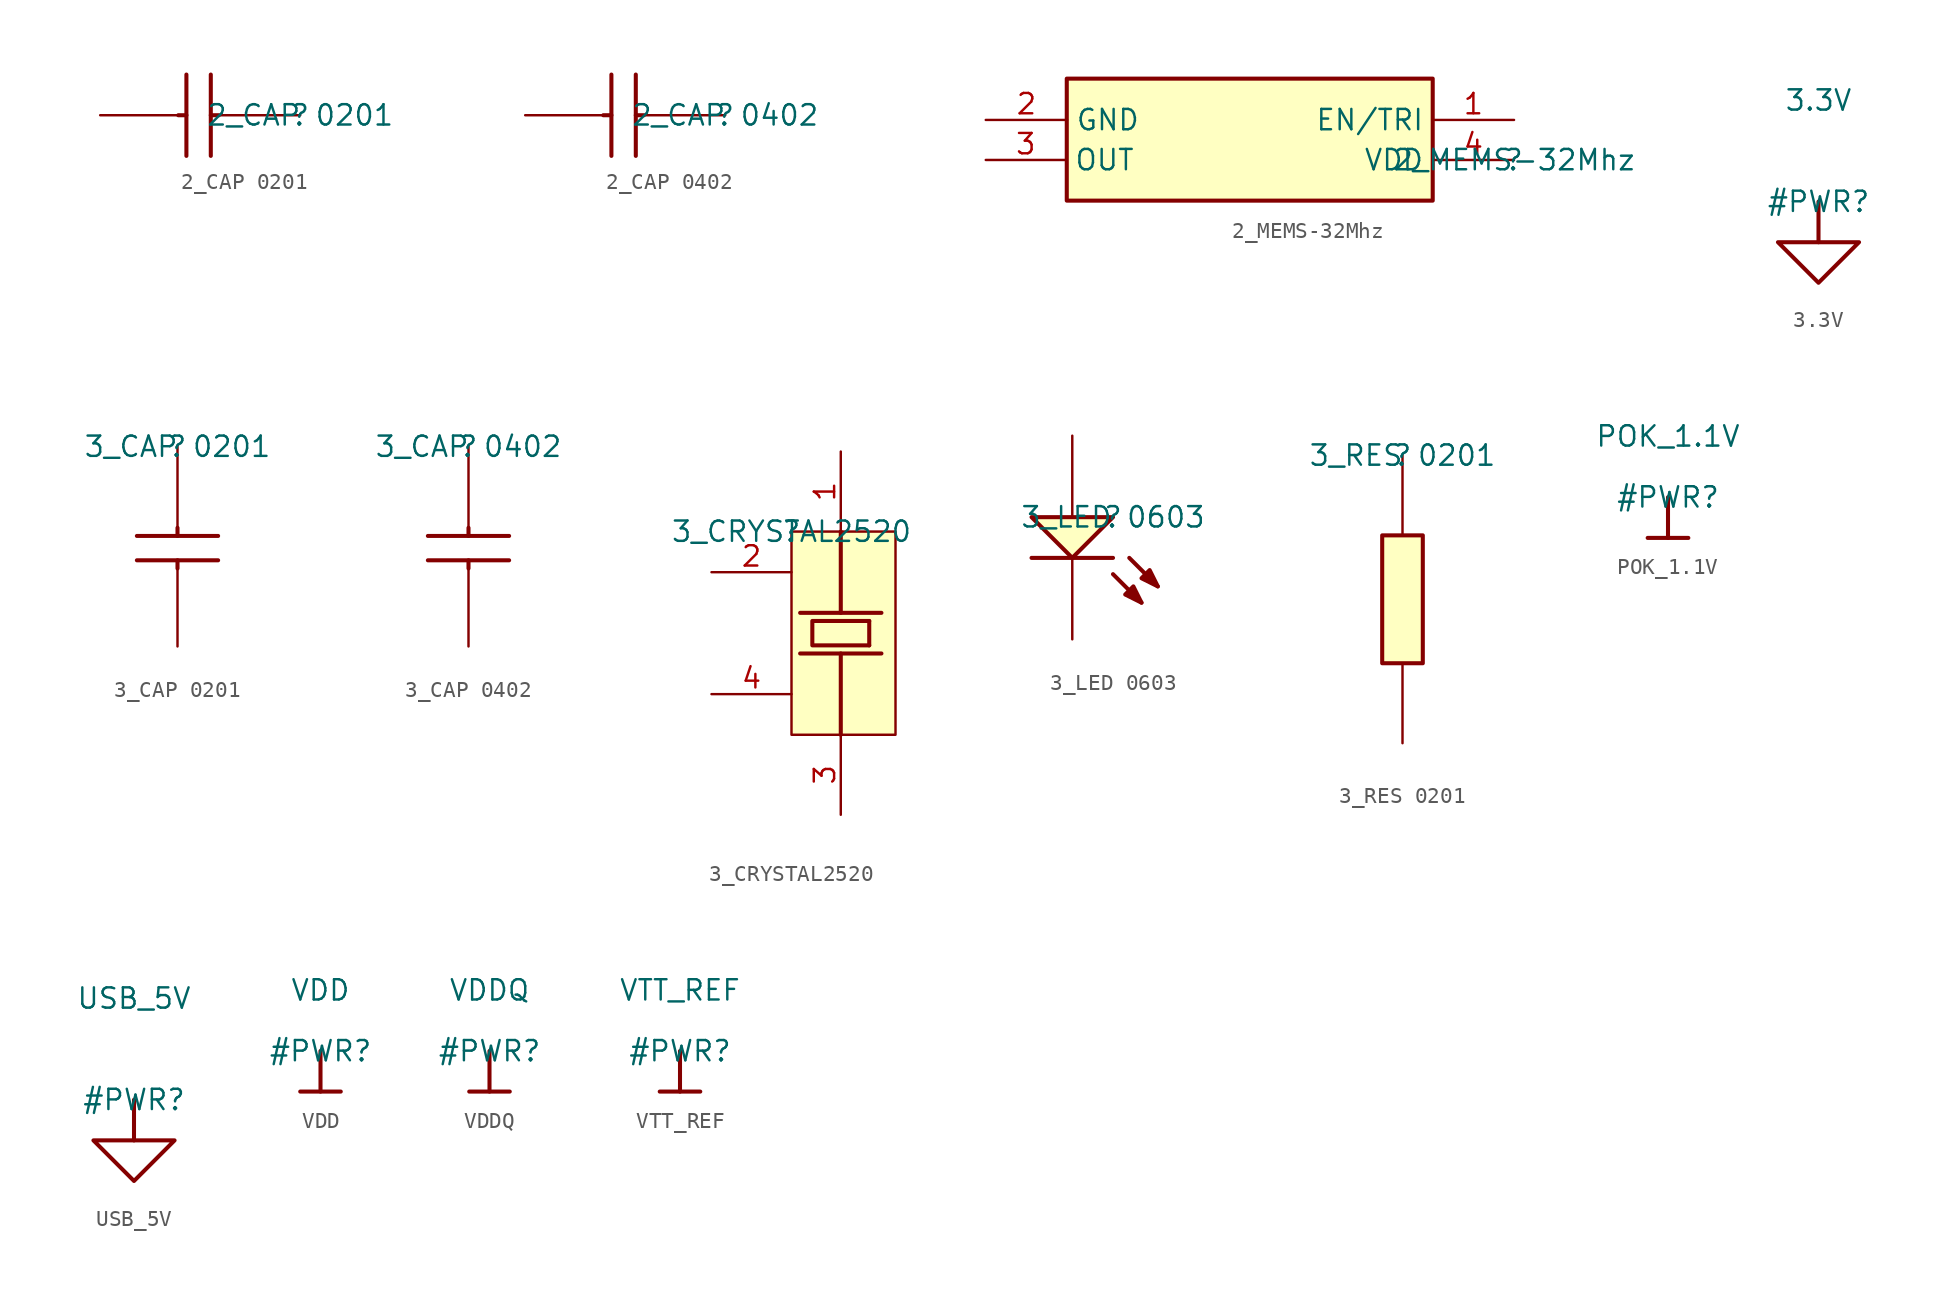
<source format=kicad_sym>
(kicad_symbol_lib
  (version 20210619)
  (generator kicad_symbol_editor)
  (symbol "e-verest-altium-import:2_CAP 0201"
    (property "Reference" ""
      (at 0 0 0)
      (effects (font (size 1.27 1.27))))
    (property "Value" "2_CAP 0201"
      (at 0 0 0)
      (effects (font (size 1.27 1.27))))
    (symbol "2_CAP 0201_1_0"
      (polyline (pts (xy -7.112 0) (xy -7.62 0)) (stroke (width 0.254)) (fill (type none)))
      (polyline (pts (xy -7.112 -2.54) (xy -7.112 2.54)) (stroke (width 0.254)) (fill (type none)))
      (polyline (pts (xy -5.588 -2.54) (xy -5.588 2.54)) (stroke (width 0.254)) (fill (type none)))
      (polyline (pts (xy -5.08 0) (xy -5.588 0)) (stroke (width 0.254)) (fill (type none)))
      (pin passive line (at 0 0 180) (length 5) (name "1" (effects (font (size 0 0)))) (number "1" (effects (font (size 0 0)))))
      (pin passive line (at -12.5 0 0) (length 5) (name "2" (effects (font (size 0 0)))) (number "2" (effects (font (size 0 0)))))))
  (symbol "e-verest-altium-import:2_CAP 0402"
    (property "Reference" ""
      (at 0 0 0)
      (effects (font (size 1.27 1.27))))
    (property "Value" "2_CAP 0402"
      (at 0 0 0)
      (effects (font (size 1.27 1.27))))
    (symbol "2_CAP 0402_1_0"
      (polyline (pts (xy -7.112 0) (xy -7.62 0)) (stroke (width 0.254)) (fill (type none)))
      (polyline (pts (xy -7.112 -2.54) (xy -7.112 2.54)) (stroke (width 0.254)) (fill (type none)))
      (polyline (pts (xy -5.588 -2.54) (xy -5.588 2.54)) (stroke (width 0.254)) (fill (type none)))
      (polyline (pts (xy -5.08 0) (xy -5.588 0)) (stroke (width 0.254)) (fill (type none)))
      (pin passive line (at 0 0 180) (length 5) (name "1" (effects (font (size 0 0)))) (number "1" (effects (font (size 0 0)))))
      (pin passive line (at -12.5 0 0) (length 5) (name "2" (effects (font (size 0 0)))) (number "2" (effects (font (size 0 0)))))))
  (symbol "e-verest-altium-import:2_MEMS-32Mhz"
    (property "Reference" ""
      (at 0 0 0)
      (effects (font (size 1.27 1.27))))
    (property "Value" "2_MEMS-32Mhz"
      (at 0 0 0)
      (effects (font (size 1.27 1.27))))
    (symbol "2_MEMS-32Mhz_1_0"
      (rectangle (start -5.08 5.08) (end -27.94 -2.54) (stroke (width 0.254)) (fill (type background)))
      (pin passive line (at 0 0 180) (length 5.08) (name "VDD" (effects (font (size 1.27 1.27)))) (number "4" (effects (font (size 1.27 1.27)))))
      (pin passive line (at 0 2.5 180) (length 5.08) (name "EN/TRI" (effects (font (size 1.27 1.27)))) (number "1" (effects (font (size 1.27 1.27)))))
      (pin passive line (at -33 2.5 0) (length 5.08) (name "GND" (effects (font (size 1.27 1.27)))) (number "2" (effects (font (size 1.27 1.27)))))
      (pin output line (at -33 0 0) (length 5) (name "OUT" (effects (font (size 1.27 1.27)))) (number "3" (effects (font (size 1.27 1.27)))))))
  (symbol "e-verest-altium-import:3.3V"
    (power)
    (property "Reference" "#PWR"
      (at 0 0 0)
      (effects (font (size 1.27 1.27))))
    (property "Value" "3.3V"
      (at 0 6.35 0)
      (effects (font (size 1.27 1.27))))
    (symbol "3.3V_0_0"
      (polyline (pts (xy -2.54 -2.54) (xy 2.54 -2.54) (xy 0 -5.08) (xy -2.54 -2.54)) (stroke (width 0.254)) (fill (type none)))
      (polyline (pts (xy 0 0) (xy 0 -2.54)) (stroke (width 0.254)) (fill (type none)))
      (pin power_in line (at 0 0 0) (length 0) hide (name "3.3V" (effects (font (size 1.27 1.27)))) (number "" (effects (font (size 1.27 1.27)))))))
  (symbol "e-verest-altium-import:3_CAP 0201"
    (property "Reference" ""
      (at 0 0 0)
      (effects (font (size 1.27 1.27))))
    (property "Value" "3_CAP 0201"
      (at 0 0 0)
      (effects (font (size 1.27 1.27))))
    (symbol "3_CAP 0201_1_0"
      (polyline (pts (xy 0 -7.112) (xy 0 -7.62)) (stroke (width 0.254)) (fill (type none)))
      (polyline (pts (xy 0 -5.08) (xy 0 -5.588)) (stroke (width 0.254)) (fill (type none)))
      (polyline (pts (xy 2.54 -7.112) (xy -2.54 -7.112)) (stroke (width 0.254)) (fill (type none)))
      (polyline (pts (xy 2.54 -5.588) (xy -2.54 -5.588)) (stroke (width 0.254)) (fill (type none)))
      (pin passive line (at 0 0 270) (length 5) (name "1" (effects (font (size 0 0)))) (number "1" (effects (font (size 0 0)))))
      (pin passive line (at 0 -12.5 90) (length 5) (name "2" (effects (font (size 0 0)))) (number "2" (effects (font (size 0 0)))))))
  (symbol "e-verest-altium-import:3_CAP 0402"
    (property "Reference" ""
      (at 0 0 0)
      (effects (font (size 1.27 1.27))))
    (property "Value" "3_CAP 0402"
      (at 0 0 0)
      (effects (font (size 1.27 1.27))))
    (symbol "3_CAP 0402_1_0"
      (polyline (pts (xy 0 -7.112) (xy 0 -7.62)) (stroke (width 0.254)) (fill (type none)))
      (polyline (pts (xy 0 -5.08) (xy 0 -5.588)) (stroke (width 0.254)) (fill (type none)))
      (polyline (pts (xy 2.54 -7.112) (xy -2.54 -7.112)) (stroke (width 0.254)) (fill (type none)))
      (polyline (pts (xy 2.54 -5.588) (xy -2.54 -5.588)) (stroke (width 0.254)) (fill (type none)))
      (pin passive line (at 0 0 270) (length 5) (name "1" (effects (font (size 0 0)))) (number "1" (effects (font (size 0 0)))))
      (pin passive line (at 0 -12.5 90) (length 5) (name "2" (effects (font (size 0 0)))) (number "2" (effects (font (size 0 0)))))))
  (symbol "e-verest-altium-import:3_CRYSTAL2520"
    (property "Reference" ""
      (at 0 0 0)
      (effects (font (size 1.27 1.27))))
    (property "Value" "3_CRYSTAL2520"
      (at 0 0 0)
      (effects (font (size 1.27 1.27))))
    (symbol "3_CRYSTAL2520_1_0"
      (rectangle (start 6.5 0) (end 0 -12.7) (stroke (width 0)) (fill (type background)))
      (polyline (pts (xy 3.08 -7.62) (xy 3.08 -12.7)) (stroke (width 0.254)) (fill (type none)))
      (polyline (pts (xy 3.08 0) (xy 3.08 -5.08)) (stroke (width 0.254)) (fill (type none)))
      (polyline (pts (xy 4.858 -5.588) (xy 4.858 -7.112)) (stroke (width 0.254)) (fill (type none)))
      (polyline (pts (xy 5.62 -7.62) (xy 0.54 -7.62)) (stroke (width 0.254)) (fill (type none)))
      (polyline (pts (xy 5.62 -5.08) (xy 0.54 -5.08)) (stroke (width 0.254)) (fill (type none)))
      (polyline (pts (xy 4.858 -7.112) (xy 1.302 -7.112) (xy 1.302 -5.588) (xy 4.858 -5.588)) (stroke (width 0.254)) (fill (type none)))
      (pin passive line (at 3.08 5 270) (length 5) (name "X1" (effects (font (size 0 0)))) (number "1" (effects (font (size 1.27 1.27)))))
      (pin passive line (at -5 -2.54 0) (length 5) (name "GND" (effects (font (size 0 0)))) (number "2" (effects (font (size 1.27 1.27)))))
      (pin passive line (at 3.08 -17.7 90) (length 5) (name "X2" (effects (font (size 0 0)))) (number "3" (effects (font (size 1.27 1.27)))))
      (pin passive line (at -5 -10.16 0) (length 5) (name "GND" (effects (font (size 0 0)))) (number "4" (effects (font (size 1.27 1.27)))))))
  (symbol "e-verest-altium-import:3_LED 0603"
    (property "Reference" ""
      (at 0 0 0)
      (effects (font (size 1.27 1.27))))
    (property "Value" "3_LED 0603"
      (at 0 0 0)
      (effects (font (size 1.27 1.27))))
    (symbol "3_LED 0603_1_0"
      (polyline (pts (xy 0 -2.54) (xy -5.08 -2.54)) (stroke (width 0.254)) (fill (type none)))
      (polyline (pts (xy 0 -3.556) (xy 1.778 -5.334)) (stroke (width 0.254)) (fill (type none)))
      (polyline (pts (xy 1.016 -2.54) (xy 2.794 -4.318)) (stroke (width 0.254)) (fill (type none)))
      (polyline (pts (xy 1.778 -5.334) (xy 1.27 -4.318) (xy 0.762 -4.826) (xy 1.778 -5.334)) (stroke (width 0.254)) (fill (type outline)))
      (polyline (pts (xy 2.794 -4.318) (xy 2.286 -3.302) (xy 1.778 -3.81) (xy 2.794 -4.318)) (stroke (width 0.254)) (fill (type outline)))
      (polyline (pts (xy -5.08 0) (xy -2.54 -2.54) (xy 0 0) (xy -5.08 0)) (stroke (width 0.254)) (fill (type background)))
      (pin passive line (at -2.54 5.08 270) (length 5.08) (name "A" (effects (font (size 0 0)))) (number "1" (effects (font (size 0 0)))))
      (pin passive line (at -2.54 -7.62 90) (length 5.08) (name "K" (effects (font (size 0 0)))) (number "2" (effects (font (size 0 0)))))))
  (symbol "e-verest-altium-import:3_RES 0201"
    (property "Reference" ""
      (at 0 0 0)
      (effects (font (size 1.27 1.27))))
    (property "Value" "3_RES 0201"
      (at 0 0 0)
      (effects (font (size 1.27 1.27))))
    (symbol "3_RES 0201_1_0"
      (rectangle (start 1.27 -5) (end -1.27 -13) (stroke (width 0.254)) (fill (type background)))
      (pin passive line (at 0 -18 90) (length 5) (name "2" (effects (font (size 0 0)))) (number "2" (effects (font (size 0 0)))))
      (pin passive line (at 0 0 270) (length 5) (name "1" (effects (font (size 0 0)))) (number "1" (effects (font (size 0 0)))))))
  (symbol "e-verest-altium-import:POK_1.1V"
    (power)
    (property "Reference" "#PWR"
      (at 0 0 0)
      (effects (font (size 1.27 1.27))))
    (property "Value" "POK_1.1V"
      (at 0 3.81 0)
      (effects (font (size 1.27 1.27))))
    (symbol "POK_1.1V_0_0"
      (polyline (pts (xy -1.27 -2.54) (xy 1.27 -2.54)) (stroke (width 0.254)) (fill (type none)))
      (polyline (pts (xy 0 0) (xy 0 -2.54)) (stroke (width 0.254)) (fill (type none)))
      (pin power_in line (at 0 0 0) (length 0) hide (name "POK_1.1V" (effects (font (size 1.27 1.27)))) (number "" (effects (font (size 1.27 1.27)))))))
  (symbol "e-verest-altium-import:USB_5V"
    (power)
    (property "Reference" "#PWR"
      (at 0 0 0)
      (effects (font (size 1.27 1.27))))
    (property "Value" "USB_5V"
      (at 0 6.35 0)
      (effects (font (size 1.27 1.27))))
    (symbol "USB_5V_0_0"
      (polyline (pts (xy -2.54 -2.54) (xy 2.54 -2.54) (xy 0 -5.08) (xy -2.54 -2.54)) (stroke (width 0.254)) (fill (type none)))
      (polyline (pts (xy 0 0) (xy 0 -2.54)) (stroke (width 0.254)) (fill (type none)))
      (pin power_in line (at 0 0 0) (length 0) hide (name "USB_5V" (effects (font (size 1.27 1.27)))) (number "" (effects (font (size 1.27 1.27)))))))
  (symbol "e-verest-altium-import:VDD"
    (power)
    (property "Reference" "#PWR"
      (at 0 0 0)
      (effects (font (size 1.27 1.27))))
    (property "Value" "VDD"
      (at 0 3.81 0)
      (effects (font (size 1.27 1.27))))
    (symbol "VDD_0_0"
      (polyline (pts (xy -1.27 -2.54) (xy 1.27 -2.54)) (stroke (width 0.254)) (fill (type none)))
      (polyline (pts (xy 0 0) (xy 0 -2.54)) (stroke (width 0.254)) (fill (type none)))
      (pin power_in line (at 0 0 0) (length 0) hide (name "VDD" (effects (font (size 1.27 1.27)))) (number "" (effects (font (size 1.27 1.27)))))))
  (symbol "e-verest-altium-import:VDDQ"
    (power)
    (property "Reference" "#PWR"
      (at 0 0 0)
      (effects (font (size 1.27 1.27))))
    (property "Value" "VDDQ"
      (at 0 3.81 0)
      (effects (font (size 1.27 1.27))))
    (symbol "VDDQ_0_0"
      (polyline (pts (xy -1.27 -2.54) (xy 1.27 -2.54)) (stroke (width 0.254)) (fill (type none)))
      (polyline (pts (xy 0 0) (xy 0 -2.54)) (stroke (width 0.254)) (fill (type none)))
      (pin power_in line (at 0 0 0) (length 0) hide (name "VDDQ" (effects (font (size 1.27 1.27)))) (number "" (effects (font (size 1.27 1.27)))))))
  (symbol "e-verest-altium-import:VTT_REF"
    (power)
    (property "Reference" "#PWR"
      (at 0 0 0)
      (effects (font (size 1.27 1.27))))
    (property "Value" "VTT_REF"
      (at 0 3.81 0)
      (effects (font (size 1.27 1.27))))
    (symbol "VTT_REF_0_0"
      (polyline (pts (xy -1.27 -2.54) (xy 1.27 -2.54)) (stroke (width 0.254)) (fill (type none)))
      (polyline (pts (xy 0 0) (xy 0 -2.54)) (stroke (width 0.254)) (fill (type none)))
      (pin power_in line (at 0 0 0) (length 0) hide (name "VTT_REF" (effects (font (size 1.27 1.27)))) (number "" (effects (font (size 1.27 1.27))))))))
</source>
